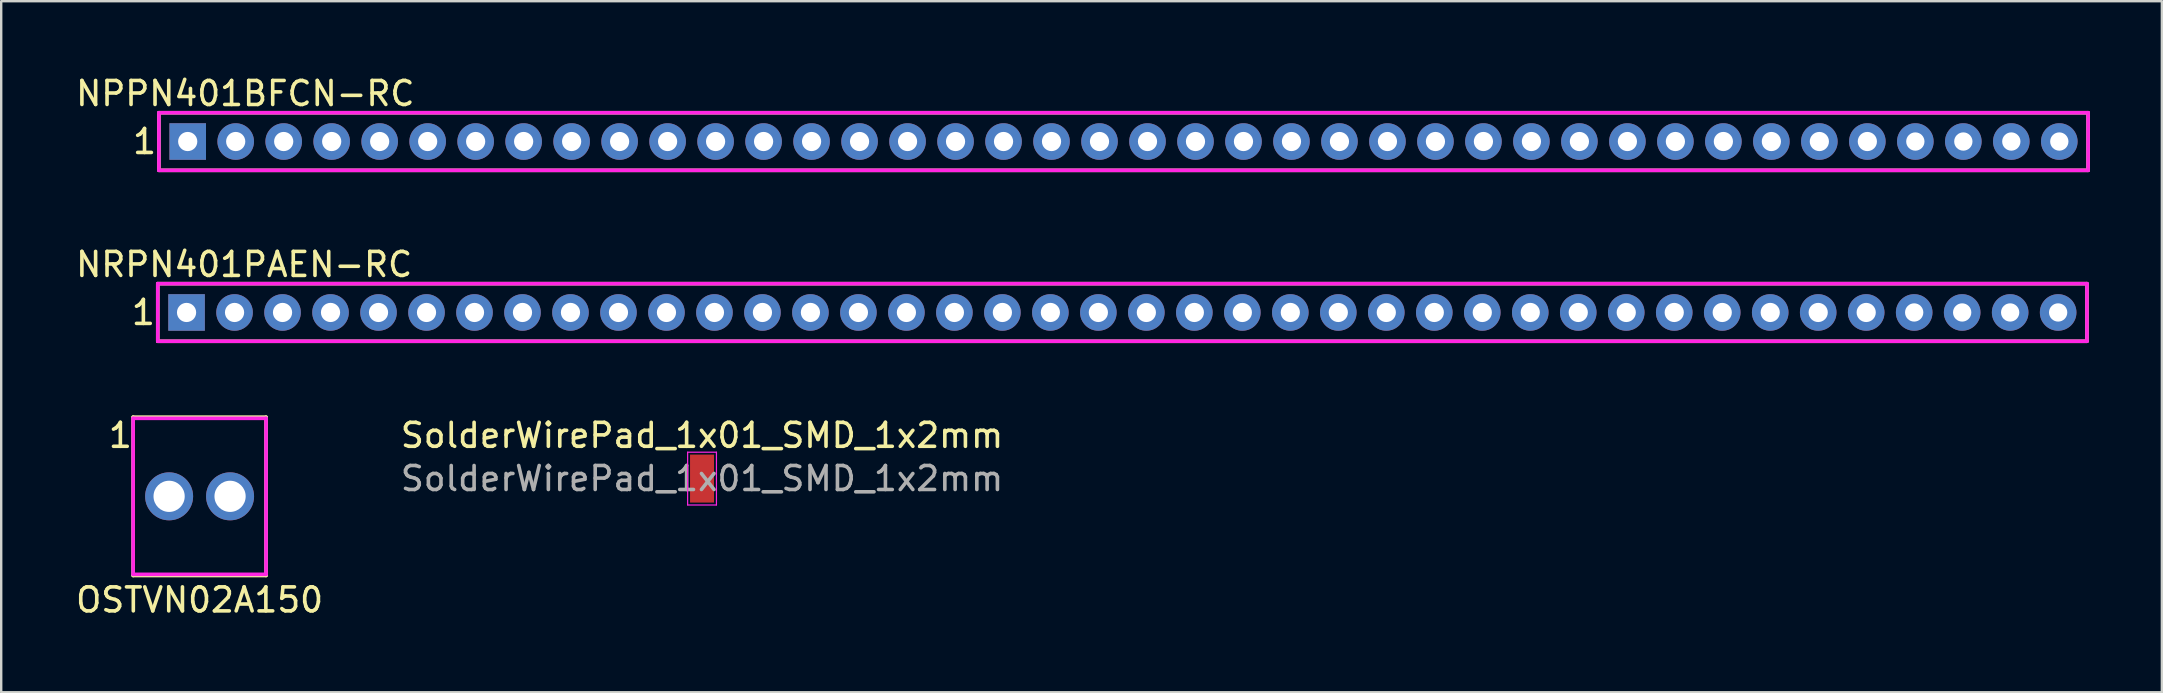
<source format=kicad_pcb>
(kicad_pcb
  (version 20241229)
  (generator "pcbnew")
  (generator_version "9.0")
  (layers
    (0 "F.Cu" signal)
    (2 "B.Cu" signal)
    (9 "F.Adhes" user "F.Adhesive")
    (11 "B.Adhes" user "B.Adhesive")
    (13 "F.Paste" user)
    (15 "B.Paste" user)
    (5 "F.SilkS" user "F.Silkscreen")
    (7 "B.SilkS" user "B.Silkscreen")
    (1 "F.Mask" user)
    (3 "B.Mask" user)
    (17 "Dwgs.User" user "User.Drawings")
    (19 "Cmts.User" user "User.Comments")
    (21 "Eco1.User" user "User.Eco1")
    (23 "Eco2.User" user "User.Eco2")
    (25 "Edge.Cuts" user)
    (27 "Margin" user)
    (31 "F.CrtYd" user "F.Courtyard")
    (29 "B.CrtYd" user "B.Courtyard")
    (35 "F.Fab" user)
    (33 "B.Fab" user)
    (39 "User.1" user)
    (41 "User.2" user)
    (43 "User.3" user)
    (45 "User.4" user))
  (footprint "OSTVN02A150"
    (layer "F.Cu")
    (at 5.268 17.635)
    (property "Reference" "OSTVN02A150" (at 0 4.318 0) (layer "F.SilkS") (effects (font (size 1 1) (thickness 0.15))))
    (attr through_hole)
    (fp_line (start -2.77 -3.302) (end 2.77 -3.3) (stroke (width 0.15) (type solid)) (layer "F.SilkS"))
    (fp_line (start -2.77 3.3) (end -2.77 -3.302) (stroke (width 0.15) (type solid)) (layer "F.SilkS"))
    (fp_line (start 2.77 -3.3) (end 2.77 3.3) (stroke (width 0.15) (type solid)) (layer "F.SilkS"))
    (fp_line (start 2.77 3.3) (end -2.77 3.3) (stroke (width 0.15) (type solid)) (layer "F.SilkS"))
    (fp_line (start -2.77 -3.25) (end -2.77 3.25) (stroke (width 0.15) (type solid)) (layer "F.CrtYd"))
    (fp_line (start -2.77 3.25) (end 2.77 3.25) (stroke (width 0.15) (type solid)) (layer "F.CrtYd"))
    (fp_line (start 2.77 -3.25) (end -2.77 -3.25) (stroke (width 0.15) (type solid)) (layer "F.CrtYd"))
    (fp_line (start 2.77 3.25) (end 2.77 -3.25) (stroke (width 0.15) (type solid)) (layer "F.CrtYd"))
    (fp_text user "1" (at -3.302 -2.54 0) (layer "F.SilkS") (effects (font (size 1 1) (thickness 0.15))))
    (pad "1" thru_hole circle (at -1.27 0) (size 2 2) (drill 1.3) (layers "*.Cu" "*.Mask"))
    (pad "2" thru_hole circle (at 1.27 0) (size 2 2) (drill 1.3) (layers "*.Cu" "*.Mask")))
  (footprint "SolderWirePad_1x01_SMD_1x2mm"
    (layer "F.Cu")
    (at 26.208 16.895)
    (property "Reference" "SolderWirePad_1x01_SMD_1x2mm" (at 0 -1.8 0) (layer "F.SilkS") (effects (font (size 1 1) (thickness 0.15))))
    (attr through_hole)
    (fp_line (start -0.6 -1.1) (end -0.6 1.1) (stroke (width 0.05) (type solid)) (layer "F.CrtYd"))
    (fp_line (start -0.6 1.1) (end 0.6 1.1) (stroke (width 0.05) (type solid)) (layer "F.CrtYd"))
    (fp_line (start 0.6 -1.1) (end -0.6 -1.1) (stroke (width 0.05) (type solid)) (layer "F.CrtYd"))
    (fp_line (start 0.6 1.1) (end 0.6 -1.1) (stroke (width 0.05) (type solid)) (layer "F.CrtYd"))
    (fp_text user "${REFERENCE}" (at 0 0 0) (layer "F.Fab") (effects (font (size 1 1) (thickness 0.15))))
    (pad "1" smd rect (at 0 0) (size 1 2) (layers "F.Cu" "F.Mask" "F.Paste")))
  (footprint "NPPN401BFCN-RC"
    (layer "F.Cu")
    (at 4.773 2.848)
    (property "Reference" "NPPN401BFCN-RC" (at 2.4 -2 0) (layer "F.SilkS") (effects (font (size 1 1) (thickness 0.15))))
    (attr through_hole)
    (fp_line (start -1.2 -1.2) (end -1.2 1.2) (stroke (width 0.15) (type solid)) (layer "F.SilkS"))
    (fp_line (start -1.2 -1.2) (end 79.2 -1.2) (stroke (width 0.15) (type solid)) (layer "F.SilkS"))
    (fp_line (start -1.2 1.2) (end 79.2 1.2) (stroke (width 0.15) (type solid)) (layer "F.SilkS"))
    (fp_line (start 79.2 -1.2) (end 79.2 1.2) (stroke (width 0.15) (type solid)) (layer "F.SilkS"))
    (fp_line (start -1.2 -1.2) (end -1.2 1.2) (stroke (width 0.15) (type solid)) (layer "F.CrtYd"))
    (fp_line (start -1.2 1.2) (end 79.2 1.2) (stroke (width 0.15) (type solid)) (layer "F.CrtYd"))
    (fp_line (start 79.2 -1.2) (end -1.2 -1.2) (stroke (width 0.15) (type solid)) (layer "F.CrtYd"))
    (fp_line (start 79.2 1.2) (end 79.2 -1.2) (stroke (width 0.15) (type solid)) (layer "F.CrtYd"))
    (fp_text user "1" (at -1.8 0 0) (layer "F.SilkS") (effects (font (size 1 1) (thickness 0.15))))
    (pad "1" thru_hole rect (at 0 0) (size 1.524 1.524) (drill 0.8) (layers "*.Cu" "*.Mask"))
    (pad "2" thru_hole circle (at 2 0) (size 1.524 1.524) (drill 0.8) (layers "*.Cu" "*.Mask"))
    (pad "3" thru_hole circle (at 4 0) (size 1.524 1.524) (drill 0.8) (layers "*.Cu" "*.Mask"))
    (pad "4" thru_hole circle (at 6 0) (size 1.524 1.524) (drill 0.8) (layers "*.Cu" "*.Mask"))
    (pad "5" thru_hole circle (at 8 0) (size 1.524 1.524) (drill 0.8) (layers "*.Cu" "*.Mask"))
    (pad "6" thru_hole circle (at 10 0) (size 1.524 1.524) (drill 0.8) (layers "*.Cu" "*.Mask"))
    (pad "7" thru_hole circle (at 12 0) (size 1.524 1.524) (drill 0.8) (layers "*.Cu" "*.Mask"))
    (pad "8" thru_hole circle (at 14 0) (size 1.524 1.524) (drill 0.8) (layers "*.Cu" "*.Mask"))
    (pad "9" thru_hole circle (at 16 0) (size 1.524 1.524) (drill 0.8) (layers "*.Cu" "*.Mask"))
    (pad "10" thru_hole circle (at 18 0) (size 1.524 1.524) (drill 0.8) (layers "*.Cu" "*.Mask"))
    (pad "11" thru_hole circle (at 20 0) (size 1.524 1.524) (drill 0.8) (layers "*.Cu" "*.Mask"))
    (pad "12" thru_hole circle (at 22 0) (size 1.524 1.524) (drill 0.8) (layers "*.Cu" "*.Mask"))
    (pad "13" thru_hole circle (at 24 0) (size 1.524 1.524) (drill 0.8) (layers "*.Cu" "*.Mask"))
    (pad "14" thru_hole circle (at 26 0) (size 1.524 1.524) (drill 0.8) (layers "*.Cu" "*.Mask"))
    (pad "15" thru_hole circle (at 28 0) (size 1.524 1.524) (drill 0.8) (layers "*.Cu" "*.Mask"))
    (pad "16" thru_hole circle (at 30 0) (size 1.524 1.524) (drill 0.8) (layers "*.Cu" "*.Mask"))
    (pad "17" thru_hole circle (at 32 0) (size 1.524 1.524) (drill 0.8) (layers "*.Cu" "*.Mask"))
    (pad "18" thru_hole circle (at 34 0) (size 1.524 1.524) (drill 0.8) (layers "*.Cu" "*.Mask"))
    (pad "19" thru_hole circle (at 36 0) (size 1.524 1.524) (drill 0.8) (layers "*.Cu" "*.Mask"))
    (pad "20" thru_hole circle (at 38 0) (size 1.524 1.524) (drill 0.8) (layers "*.Cu" "*.Mask"))
    (pad "21" thru_hole circle (at 40 0) (size 1.524 1.524) (drill 0.8) (layers "*.Cu" "*.Mask"))
    (pad "22" thru_hole circle (at 42 0) (size 1.524 1.524) (drill 0.8) (layers "*.Cu" "*.Mask"))
    (pad "23" thru_hole circle (at 44 0) (size 1.524 1.524) (drill 0.8) (layers "*.Cu" "*.Mask"))
    (pad "24" thru_hole circle (at 46 0) (size 1.524 1.524) (drill 0.8) (layers "*.Cu" "*.Mask"))
    (pad "25" thru_hole circle (at 48 0) (size 1.524 1.524) (drill 0.8) (layers "*.Cu" "*.Mask"))
    (pad "26" thru_hole circle (at 50 0) (size 1.524 1.524) (drill 0.8) (layers "*.Cu" "*.Mask"))
    (pad "27" thru_hole circle (at 52 0) (size 1.524 1.524) (drill 0.8) (layers "*.Cu" "*.Mask"))
    (pad "28" thru_hole circle (at 54 0) (size 1.524 1.524) (drill 0.8) (layers "*.Cu" "*.Mask"))
    (pad "29" thru_hole circle (at 56 0) (size 1.524 1.524) (drill 0.8) (layers "*.Cu" "*.Mask"))
    (pad "30" thru_hole circle (at 58 0) (size 1.524 1.524) (drill 0.8) (layers "*.Cu" "*.Mask"))
    (pad "31" thru_hole circle (at 60 0) (size 1.524 1.524) (drill 0.8) (layers "*.Cu" "*.Mask"))
    (pad "32" thru_hole circle (at 62 0) (size 1.524 1.524) (drill 0.8) (layers "*.Cu" "*.Mask"))
    (pad "33" thru_hole circle (at 64 0) (size 1.524 1.524) (drill 0.8) (layers "*.Cu" "*.Mask"))
    (pad "34" thru_hole circle (at 66 0) (size 1.524 1.524) (drill 0.8) (layers "*.Cu" "*.Mask"))
    (pad "35" thru_hole circle (at 68 0) (size 1.524 1.524) (drill 0.8) (layers "*.Cu" "*.Mask"))
    (pad "36" thru_hole circle (at 70 0) (size 1.524 1.524) (drill 0.8) (layers "*.Cu" "*.Mask"))
    (pad "37" thru_hole circle (at 72 0) (size 1.524 1.524) (drill 0.762) (layers "*.Cu" "*.Mask"))
    (pad "38" thru_hole circle (at 74 0) (size 1.524 1.524) (drill 0.762) (layers "*.Cu" "*.Mask"))
    (pad "39" thru_hole circle (at 76 0) (size 1.524 1.524) (drill 0.762) (layers "*.Cu" "*.Mask"))
    (pad "40" thru_hole circle (at 78 0) (size 1.524 1.524) (drill 0.762) (layers "*.Cu" "*.Mask")))
  (footprint "NRPN401PAEN-RC"
    (layer "F.Cu")
    (at 4.725 9.972)
    (property "Reference" "NRPN401PAEN-RC" (at 2.4 -2 0) (layer "F.SilkS") (effects (font (size 1 1) (thickness 0.15))))
    (attr through_hole)
    (fp_line (start -1.2 -1.2) (end -1.2 1.2) (stroke (width 0.15) (type solid)) (layer "F.SilkS"))
    (fp_line (start -1.2 -1.2) (end 79.2 -1.2) (stroke (width 0.15) (type solid)) (layer "F.SilkS"))
    (fp_line (start -1.2 1.2) (end 79.2 1.2) (stroke (width 0.15) (type solid)) (layer "F.SilkS"))
    (fp_line (start 79.2 -1.2) (end 79.2 1.2) (stroke (width 0.15) (type solid)) (layer "F.SilkS"))
    (fp_line (start -1.2 -1.2) (end -1.2 1.2) (stroke (width 0.15) (type solid)) (layer "F.CrtYd"))
    (fp_line (start -1.2 1.2) (end 79.2 1.2) (stroke (width 0.15) (type solid)) (layer "F.CrtYd"))
    (fp_line (start 79.2 -1.2) (end -1.2 -1.2) (stroke (width 0.15) (type solid)) (layer "F.CrtYd"))
    (fp_line (start 79.2 1.2) (end 79.2 -1.2) (stroke (width 0.15) (type solid)) (layer "F.CrtYd"))
    (fp_text user "1" (at -1.8 0 0) (layer "F.SilkS") (effects (font (size 1 1) (thickness 0.15))))
    (pad "1" thru_hole rect (at 0 0) (size 1.524 1.524) (drill 0.8) (layers "*.Cu" "*.Mask"))
    (pad "2" thru_hole circle (at 2 0) (size 1.524 1.524) (drill 0.8) (layers "*.Cu" "*.Mask"))
    (pad "3" thru_hole circle (at 4 0) (size 1.524 1.524) (drill 0.8) (layers "*.Cu" "*.Mask"))
    (pad "4" thru_hole circle (at 6 0) (size 1.524 1.524) (drill 0.8) (layers "*.Cu" "*.Mask"))
    (pad "5" thru_hole circle (at 8 0) (size 1.524 1.524) (drill 0.8) (layers "*.Cu" "*.Mask"))
    (pad "6" thru_hole circle (at 10 0) (size 1.524 1.524) (drill 0.8) (layers "*.Cu" "*.Mask"))
    (pad "7" thru_hole circle (at 12 0) (size 1.524 1.524) (drill 0.8) (layers "*.Cu" "*.Mask"))
    (pad "8" thru_hole circle (at 14 0) (size 1.524 1.524) (drill 0.8) (layers "*.Cu" "*.Mask"))
    (pad "9" thru_hole circle (at 16 0) (size 1.524 1.524) (drill 0.8) (layers "*.Cu" "*.Mask"))
    (pad "10" thru_hole circle (at 18 0) (size 1.524 1.524) (drill 0.8) (layers "*.Cu" "*.Mask"))
    (pad "11" thru_hole circle (at 20 0) (size 1.524 1.524) (drill 0.8) (layers "*.Cu" "*.Mask"))
    (pad "12" thru_hole circle (at 22 0) (size 1.524 1.524) (drill 0.8) (layers "*.Cu" "*.Mask"))
    (pad "13" thru_hole circle (at 24 0) (size 1.524 1.524) (drill 0.8) (layers "*.Cu" "*.Mask"))
    (pad "14" thru_hole circle (at 26 0) (size 1.524 1.524) (drill 0.8) (layers "*.Cu" "*.Mask"))
    (pad "15" thru_hole circle (at 28 0) (size 1.524 1.524) (drill 0.8) (layers "*.Cu" "*.Mask"))
    (pad "16" thru_hole circle (at 30 0) (size 1.524 1.524) (drill 0.8) (layers "*.Cu" "*.Mask"))
    (pad "17" thru_hole circle (at 32 0) (size 1.524 1.524) (drill 0.8) (layers "*.Cu" "*.Mask"))
    (pad "18" thru_hole circle (at 34 0) (size 1.524 1.524) (drill 0.8) (layers "*.Cu" "*.Mask"))
    (pad "19" thru_hole circle (at 36 0) (size 1.524 1.524) (drill 0.8) (layers "*.Cu" "*.Mask"))
    (pad "20" thru_hole circle (at 38 0) (size 1.524 1.524) (drill 0.8) (layers "*.Cu" "*.Mask"))
    (pad "21" thru_hole circle (at 40 0) (size 1.524 1.524) (drill 0.8) (layers "*.Cu" "*.Mask"))
    (pad "22" thru_hole circle (at 42 0) (size 1.524 1.524) (drill 0.8) (layers "*.Cu" "*.Mask"))
    (pad "23" thru_hole circle (at 44 0) (size 1.524 1.524) (drill 0.8) (layers "*.Cu" "*.Mask"))
    (pad "24" thru_hole circle (at 46 0) (size 1.524 1.524) (drill 0.8) (layers "*.Cu" "*.Mask"))
    (pad "25" thru_hole circle (at 48 0) (size 1.524 1.524) (drill 0.8) (layers "*.Cu" "*.Mask"))
    (pad "26" thru_hole circle (at 50 0) (size 1.524 1.524) (drill 0.8) (layers "*.Cu" "*.Mask"))
    (pad "27" thru_hole circle (at 52 0) (size 1.524 1.524) (drill 0.8) (layers "*.Cu" "*.Mask"))
    (pad "28" thru_hole circle (at 54 0) (size 1.524 1.524) (drill 0.8) (layers "*.Cu" "*.Mask"))
    (pad "29" thru_hole circle (at 56 0) (size 1.524 1.524) (drill 0.8) (layers "*.Cu" "*.Mask"))
    (pad "30" thru_hole circle (at 58 0) (size 1.524 1.524) (drill 0.8) (layers "*.Cu" "*.Mask"))
    (pad "31" thru_hole circle (at 60 0) (size 1.524 1.524) (drill 0.8) (layers "*.Cu" "*.Mask"))
    (pad "32" thru_hole circle (at 62 0) (size 1.524 1.524) (drill 0.8) (layers "*.Cu" "*.Mask"))
    (pad "33" thru_hole circle (at 64 0) (size 1.524 1.524) (drill 0.8) (layers "*.Cu" "*.Mask"))
    (pad "34" thru_hole circle (at 66 0) (size 1.524 1.524) (drill 0.8) (layers "*.Cu" "*.Mask"))
    (pad "35" thru_hole circle (at 68 0) (size 1.524 1.524) (drill 0.8) (layers "*.Cu" "*.Mask"))
    (pad "36" thru_hole circle (at 70 0) (size 1.524 1.524) (drill 0.8) (layers "*.Cu" "*.Mask"))
    (pad "37" thru_hole circle (at 72 0) (size 1.524 1.524) (drill 0.762) (layers "*.Cu" "*.Mask"))
    (pad "38" thru_hole circle (at 74 0) (size 1.524 1.524) (drill 0.762) (layers "*.Cu" "*.Mask"))
    (pad "39" thru_hole circle (at 76 0) (size 1.524 1.524) (drill 0.762) (layers "*.Cu" "*.Mask"))
    (pad "40" thru_hole circle (at 78 0) (size 1.524 1.524) (drill 0.762) (layers "*.Cu" "*.Mask")))
  (gr_rect
    (start -3 -3)
    (end 87.048 25.801)
    (stroke (width 0.1) (type default))
    (fill no)
    (layer "Edge.Cuts")))
</source>
